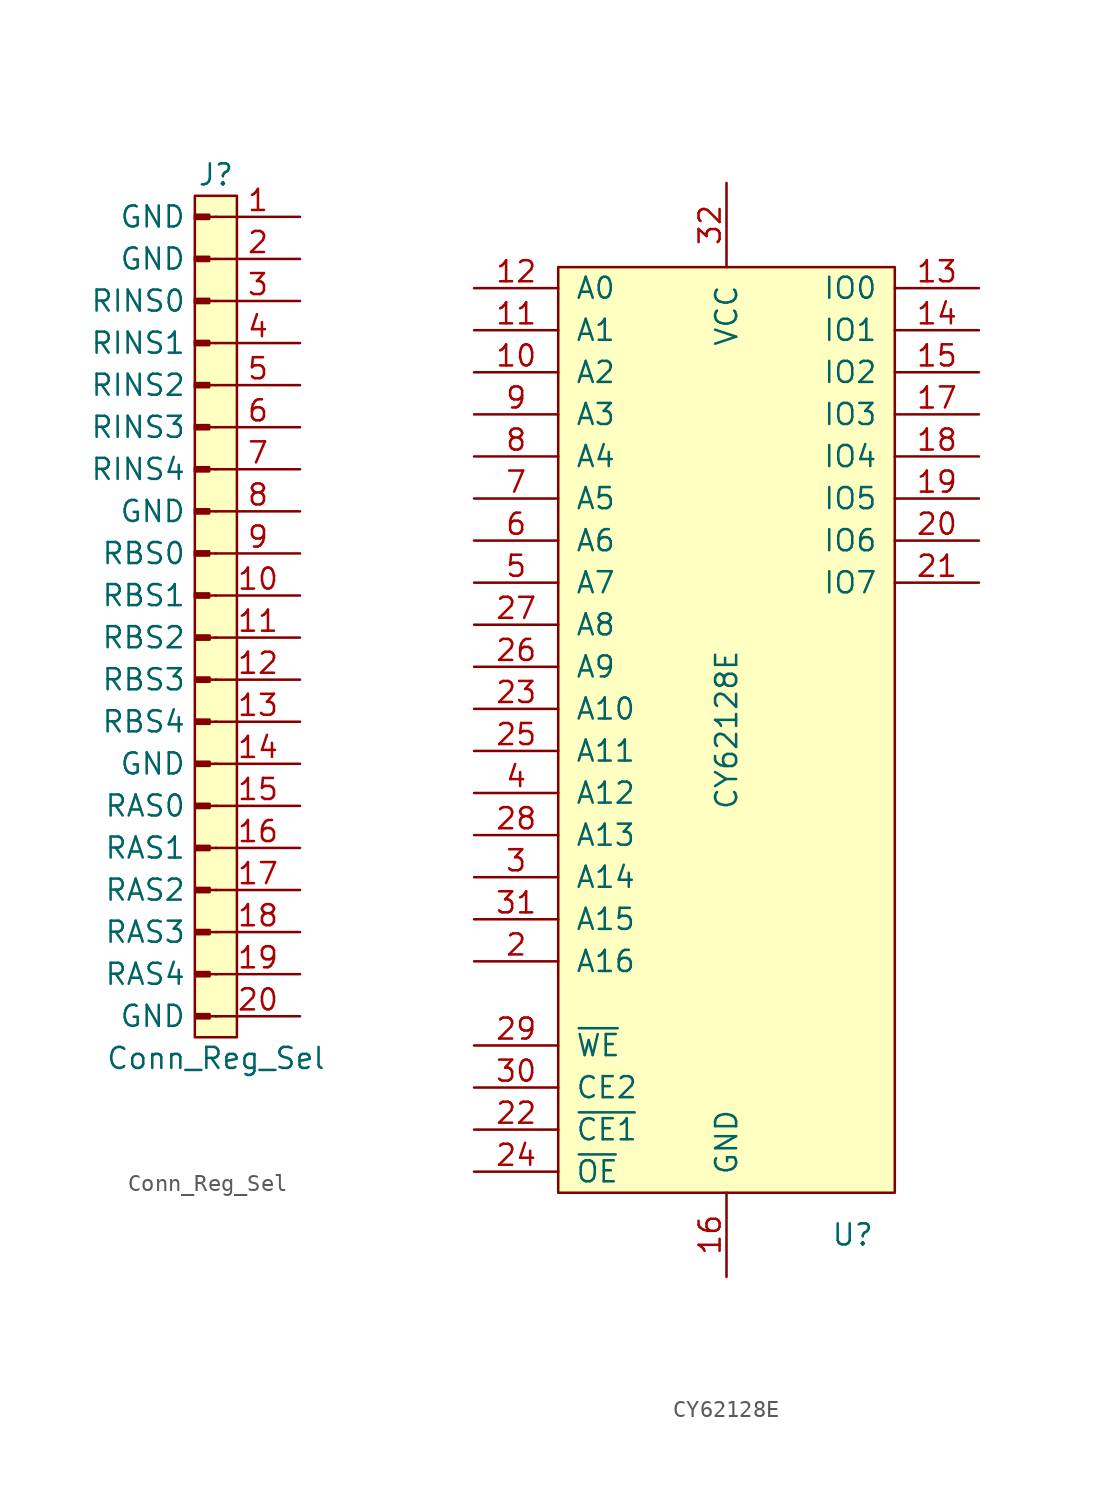
<source format=kicad_sym>
(kicad_symbol_lib
  (version 20211014)
  (generator kicad_symbol_editor)
  (symbol "Conn_Reg_Sel"
    (pin_names
      (offset 1.778))
    (property "Reference" "J"
      (at 1.27 12.7 0)
      (effects (font (size 1.27 1.27))))
    (property "Value" "Conn_Reg_Sel"
      (at 1.27 -40.64 0)
      (effects (font (size 1.27 1.27))))
    (symbol "Conn_Reg_Sel_0_1"
      (rectangle (start 0 11.43) (end 2.54 -39.37) (stroke (width 0) (type default) (color 0 0 0 0)) (fill (type background))))
    (symbol "Conn_Reg_Sel_1_1"
      (polyline (pts (xy 1.27 -12.7) (xy 0.864 -12.7)) (stroke (width 0.152) (type default) (color 0 0 0 0)) (fill (type none)))
      (polyline (pts (xy 1.27 -10.16) (xy 0.864 -10.16)) (stroke (width 0.152) (type default) (color 0 0 0 0)) (fill (type none)))
      (polyline (pts (xy 1.27 -7.62) (xy 0.864 -7.62)) (stroke (width 0.152) (type default) (color 0 0 0 0)) (fill (type none)))
      (polyline (pts (xy 1.27 -5.08) (xy 0.864 -5.08)) (stroke (width 0.152) (type default) (color 0 0 0 0)) (fill (type none)))
      (polyline (pts (xy 1.27 -2.54) (xy 0.864 -2.54)) (stroke (width 0.152) (type default) (color 0 0 0 0)) (fill (type none)))
      (polyline (pts (xy 1.27 0) (xy 0.864 0)) (stroke (width 0.152) (type default) (color 0 0 0 0)) (fill (type none)))
      (polyline (pts (xy 1.27 2.54) (xy 0.864 2.54)) (stroke (width 0.152) (type default) (color 0 0 0 0)) (fill (type none)))
      (polyline (pts (xy 1.27 5.08) (xy 0.864 5.08)) (stroke (width 0.152) (type default) (color 0 0 0 0)) (fill (type none)))
      (polyline (pts (xy 1.27 7.62) (xy 0.864 7.62)) (stroke (width 0.152) (type default) (color 0 0 0 0)) (fill (type none)))
      (polyline (pts (xy 1.27 10.16) (xy 0.864 10.16)) (stroke (width 0.152) (type default) (color 0 0 0 0)) (fill (type none)))
      (polyline (pts (xy 1.295 -38.1) (xy 0.889 -38.1)) (stroke (width 0.152) (type default) (color 0 0 0 0)) (fill (type none)))
      (polyline (pts (xy 1.295 -35.56) (xy 0.889 -35.56)) (stroke (width 0.152) (type default) (color 0 0 0 0)) (fill (type none)))
      (polyline (pts (xy 1.295 -33.02) (xy 0.889 -33.02)) (stroke (width 0.152) (type default) (color 0 0 0 0)) (fill (type none)))
      (polyline (pts (xy 1.295 -30.48) (xy 0.889 -30.48)) (stroke (width 0.152) (type default) (color 0 0 0 0)) (fill (type none)))
      (polyline (pts (xy 1.295 -27.94) (xy 0.889 -27.94)) (stroke (width 0.152) (type default) (color 0 0 0 0)) (fill (type none)))
      (polyline (pts (xy 1.295 -25.4) (xy 0.889 -25.4)) (stroke (width 0.152) (type default) (color 0 0 0 0)) (fill (type none)))
      (polyline (pts (xy 1.295 -22.86) (xy 0.889 -22.86)) (stroke (width 0.152) (type default) (color 0 0 0 0)) (fill (type none)))
      (polyline (pts (xy 1.295 -20.32) (xy 0.889 -20.32)) (stroke (width 0.152) (type default) (color 0 0 0 0)) (fill (type none)))
      (polyline (pts (xy 1.295 -17.78) (xy 0.889 -17.78)) (stroke (width 0.152) (type default) (color 0 0 0 0)) (fill (type none)))
      (polyline (pts (xy 1.295 -15.24) (xy 0.889 -15.24)) (stroke (width 0.152) (type default) (color 0 0 0 0)) (fill (type none)))
      (rectangle (start 0.864 -12.573) (end 0 -12.827) (stroke (width 0.152) (type default) (color 0 0 0 0)) (fill (type outline)))
      (rectangle (start 0.864 -10.033) (end 0 -10.287) (stroke (width 0.152) (type default) (color 0 0 0 0)) (fill (type outline)))
      (rectangle (start 0.864 -7.493) (end 0 -7.747) (stroke (width 0.152) (type default) (color 0 0 0 0)) (fill (type outline)))
      (rectangle (start 0.864 -4.953) (end 0 -5.207) (stroke (width 0.152) (type default) (color 0 0 0 0)) (fill (type outline)))
      (rectangle (start 0.864 -2.413) (end 0 -2.667) (stroke (width 0.152) (type default) (color 0 0 0 0)) (fill (type outline)))
      (rectangle (start 0.864 0.127) (end 0 -0.127) (stroke (width 0.152) (type default) (color 0 0 0 0)) (fill (type outline)))
      (rectangle (start 0.864 2.667) (end 0 2.413) (stroke (width 0.152) (type default) (color 0 0 0 0)) (fill (type outline)))
      (rectangle (start 0.864 5.207) (end 0 4.953) (stroke (width 0.152) (type default) (color 0 0 0 0)) (fill (type outline)))
      (rectangle (start 0.864 7.747) (end 0 7.493) (stroke (width 0.152) (type default) (color 0 0 0 0)) (fill (type outline)))
      (rectangle (start 0.864 10.287) (end 0 10.033) (stroke (width 0.152) (type default) (color 0 0 0 0)) (fill (type outline)))
      (rectangle (start 0.889 -37.973) (end 0.025 -38.227) (stroke (width 0.152) (type default) (color 0 0 0 0)) (fill (type outline)))
      (rectangle (start 0.889 -35.433) (end 0.025 -35.687) (stroke (width 0.152) (type default) (color 0 0 0 0)) (fill (type outline)))
      (rectangle (start 0.889 -32.893) (end 0.025 -33.147) (stroke (width 0.152) (type default) (color 0 0 0 0)) (fill (type outline)))
      (rectangle (start 0.889 -30.353) (end 0.025 -30.607) (stroke (width 0.152) (type default) (color 0 0 0 0)) (fill (type outline)))
      (rectangle (start 0.889 -27.813) (end 0.025 -28.067) (stroke (width 0.152) (type default) (color 0 0 0 0)) (fill (type outline)))
      (rectangle (start 0.889 -25.273) (end 0.025 -25.527) (stroke (width 0.152) (type default) (color 0 0 0 0)) (fill (type outline)))
      (rectangle (start 0.889 -22.733) (end 0.025 -22.987) (stroke (width 0.152) (type default) (color 0 0 0 0)) (fill (type outline)))
      (rectangle (start 0.889 -20.193) (end 0.025 -20.447) (stroke (width 0.152) (type default) (color 0 0 0 0)) (fill (type outline)))
      (rectangle (start 0.889 -17.653) (end 0.025 -17.907) (stroke (width 0.152) (type default) (color 0 0 0 0)) (fill (type outline)))
      (rectangle (start 0.889 -15.113) (end 0.025 -15.367) (stroke (width 0.152) (type default) (color 0 0 0 0)) (fill (type outline)))
      (pin passive line (at 6.35 10.16 180) (length 5.08) (name "GND" (effects (font (size 1.27 1.27)))) (number "1" (effects (font (size 1.27 1.27)))))
      (pin passive line (at 6.35 -12.7 180) (length 5.08) (name "RBS1" (effects (font (size 1.27 1.27)))) (number "10" (effects (font (size 1.27 1.27)))))
      (pin passive line (at 6.35 -15.24 180) (length 5.08) (name "RBS2" (effects (font (size 1.27 1.27)))) (number "11" (effects (font (size 1.27 1.27)))))
      (pin passive line (at 6.35 -17.78 180) (length 5.08) (name "RBS3" (effects (font (size 1.27 1.27)))) (number "12" (effects (font (size 1.27 1.27)))))
      (pin passive line (at 6.35 -20.32 180) (length 5.08) (name "RBS4" (effects (font (size 1.27 1.27)))) (number "13" (effects (font (size 1.27 1.27)))))
      (pin passive line (at 6.35 -22.86 180) (length 5.08) (name "GND" (effects (font (size 1.27 1.27)))) (number "14" (effects (font (size 1.27 1.27)))))
      (pin passive line (at 6.35 -25.4 180) (length 5.08) (name "RAS0" (effects (font (size 1.27 1.27)))) (number "15" (effects (font (size 1.27 1.27)))))
      (pin passive line (at 6.35 -27.94 180) (length 5.08) (name "RAS1" (effects (font (size 1.27 1.27)))) (number "16" (effects (font (size 1.27 1.27)))))
      (pin passive line (at 6.35 -30.48 180) (length 5.08) (name "RAS2" (effects (font (size 1.27 1.27)))) (number "17" (effects (font (size 1.27 1.27)))))
      (pin passive line (at 6.35 -33.02 180) (length 5.08) (name "RAS3" (effects (font (size 1.27 1.27)))) (number "18" (effects (font (size 1.27 1.27)))))
      (pin passive line (at 6.35 -35.56 180) (length 5.08) (name "RAS4" (effects (font (size 1.27 1.27)))) (number "19" (effects (font (size 1.27 1.27)))))
      (pin passive line (at 6.35 7.62 180) (length 5.08) (name "GND" (effects (font (size 1.27 1.27)))) (number "2" (effects (font (size 1.27 1.27)))))
      (pin passive line (at 6.35 -38.1 180) (length 5.08) (name "GND" (effects (font (size 1.27 1.27)))) (number "20" (effects (font (size 1.27 1.27)))))
      (pin passive line (at 6.35 5.08 180) (length 5.08) (name "RINS0" (effects (font (size 1.27 1.27)))) (number "3" (effects (font (size 1.27 1.27)))))
      (pin passive line (at 6.35 2.54 180) (length 5.08) (name "RINS1" (effects (font (size 1.27 1.27)))) (number "4" (effects (font (size 1.27 1.27)))))
      (pin passive line (at 6.35 0 180) (length 5.08) (name "RINS2" (effects (font (size 1.27 1.27)))) (number "5" (effects (font (size 1.27 1.27)))))
      (pin passive line (at 6.35 -2.54 180) (length 5.08) (name "RINS3" (effects (font (size 1.27 1.27)))) (number "6" (effects (font (size 1.27 1.27)))))
      (pin passive line (at 6.35 -5.08 180) (length 5.08) (name "RINS4" (effects (font (size 1.27 1.27)))) (number "7" (effects (font (size 1.27 1.27)))))
      (pin passive line (at 6.35 -7.62 180) (length 5.08) (name "GND" (effects (font (size 1.27 1.27)))) (number "8" (effects (font (size 1.27 1.27)))))
      (pin passive line (at 6.35 -10.16 180) (length 5.08) (name "RBS0" (effects (font (size 1.27 1.27)))) (number "9" (effects (font (size 1.27 1.27)))))))
  (symbol "CY62128E"
    (pin_names
      (offset 1.016))
    (property "Reference" "U"
      (at 7.62 -30.48 0)
      (effects (font (size 1.27 1.27))))
    (property "Value" "CY62128E"
      (at 0 0 90)
      (effects (font (size 1.27 1.27))))
    (symbol "CY62128E_0_1"
      (rectangle (start -10.16 27.94) (end 10.16 -27.94) (stroke (width 0) (type default) (color 0 0 0 0)) (fill (type background))))
    (symbol "CY62128E_1_1"
      (pin no_connect line (at -15.24 29.21 0) (length 5.08) hide (name "NC" (effects (font (size 1.27 1.27)))) (number "1" (effects (font (size 1.27 1.27)))))
      (pin input line (at -15.24 21.59 0) (length 5.08) (name "A2" (effects (font (size 1.27 1.27)))) (number "10" (effects (font (size 1.27 1.27)))))
      (pin input line (at -15.24 24.13 0) (length 5.08) (name "A1" (effects (font (size 1.27 1.27)))) (number "11" (effects (font (size 1.27 1.27)))))
      (pin input line (at -15.24 26.67 0) (length 5.08) (name "A0" (effects (font (size 1.27 1.27)))) (number "12" (effects (font (size 1.27 1.27)))))
      (pin bidirectional line (at 15.24 26.67 180) (length 5.08) (name "IO0" (effects (font (size 1.27 1.27)))) (number "13" (effects (font (size 1.27 1.27)))))
      (pin bidirectional line (at 15.24 24.13 180) (length 5.08) (name "IO1" (effects (font (size 1.27 1.27)))) (number "14" (effects (font (size 1.27 1.27)))))
      (pin bidirectional line (at 15.24 21.59 180) (length 5.08) (name "IO2" (effects (font (size 1.27 1.27)))) (number "15" (effects (font (size 1.27 1.27)))))
      (pin power_in line (at 0 -33.02 90) (length 5.08) (name "GND" (effects (font (size 1.27 1.27)))) (number "16" (effects (font (size 1.27 1.27)))))
      (pin bidirectional line (at 15.24 19.05 180) (length 5.08) (name "IO3" (effects (font (size 1.27 1.27)))) (number "17" (effects (font (size 1.27 1.27)))))
      (pin bidirectional line (at 15.24 16.51 180) (length 5.08) (name "IO4" (effects (font (size 1.27 1.27)))) (number "18" (effects (font (size 1.27 1.27)))))
      (pin bidirectional line (at 15.24 13.97 180) (length 5.08) (name "IO5" (effects (font (size 1.27 1.27)))) (number "19" (effects (font (size 1.27 1.27)))))
      (pin input line (at -15.24 -13.97 0) (length 5.08) (name "A16" (effects (font (size 1.27 1.27)))) (number "2" (effects (font (size 1.27 1.27)))))
      (pin bidirectional line (at 15.24 11.43 180) (length 5.08) (name "IO6" (effects (font (size 1.27 1.27)))) (number "20" (effects (font (size 1.27 1.27)))))
      (pin bidirectional line (at 15.24 8.89 180) (length 5.08) (name "IO7" (effects (font (size 1.27 1.27)))) (number "21" (effects (font (size 1.27 1.27)))))
      (pin input line (at -15.24 -24.13 0) (length 5.08) (name "~{CE1}" (effects (font (size 1.27 1.27)))) (number "22" (effects (font (size 1.27 1.27)))))
      (pin input line (at -15.24 1.27 0) (length 5.08) (name "A10" (effects (font (size 1.27 1.27)))) (number "23" (effects (font (size 1.27 1.27)))))
      (pin input line (at -15.24 -26.67 0) (length 5.08) (name "~{OE}" (effects (font (size 1.27 1.27)))) (number "24" (effects (font (size 1.27 1.27)))))
      (pin input line (at -15.24 -1.27 0) (length 5.08) (name "A11" (effects (font (size 1.27 1.27)))) (number "25" (effects (font (size 1.27 1.27)))))
      (pin input line (at -15.24 3.81 0) (length 5.08) (name "A9" (effects (font (size 1.27 1.27)))) (number "26" (effects (font (size 1.27 1.27)))))
      (pin input line (at -15.24 6.35 0) (length 5.08) (name "A8" (effects (font (size 1.27 1.27)))) (number "27" (effects (font (size 1.27 1.27)))))
      (pin input line (at -15.24 -6.35 0) (length 5.08) (name "A13" (effects (font (size 1.27 1.27)))) (number "28" (effects (font (size 1.27 1.27)))))
      (pin input line (at -15.24 -19.05 0) (length 5.08) (name "~{WE}" (effects (font (size 1.27 1.27)))) (number "29" (effects (font (size 1.27 1.27)))))
      (pin input line (at -15.24 -8.89 0) (length 5.08) (name "A14" (effects (font (size 1.27 1.27)))) (number "3" (effects (font (size 1.27 1.27)))))
      (pin input line (at -15.24 -21.59 0) (length 5.08) (name "CE2" (effects (font (size 1.27 1.27)))) (number "30" (effects (font (size 1.27 1.27)))))
      (pin input line (at -15.24 -11.43 0) (length 5.08) (name "A15" (effects (font (size 1.27 1.27)))) (number "31" (effects (font (size 1.27 1.27)))))
      (pin power_in line (at 0 33.02 270) (length 5.08) (name "VCC" (effects (font (size 1.27 1.27)))) (number "32" (effects (font (size 1.27 1.27)))))
      (pin input line (at -15.24 -3.81 0) (length 5.08) (name "A12" (effects (font (size 1.27 1.27)))) (number "4" (effects (font (size 1.27 1.27)))))
      (pin input line (at -15.24 8.89 0) (length 5.08) (name "A7" (effects (font (size 1.27 1.27)))) (number "5" (effects (font (size 1.27 1.27)))))
      (pin input line (at -15.24 11.43 0) (length 5.08) (name "A6" (effects (font (size 1.27 1.27)))) (number "6" (effects (font (size 1.27 1.27)))))
      (pin input line (at -15.24 13.97 0) (length 5.08) (name "A5" (effects (font (size 1.27 1.27)))) (number "7" (effects (font (size 1.27 1.27)))))
      (pin input line (at -15.24 16.51 0) (length 5.08) (name "A4" (effects (font (size 1.27 1.27)))) (number "8" (effects (font (size 1.27 1.27)))))
      (pin input line (at -15.24 19.05 0) (length 5.08) (name "A3" (effects (font (size 1.27 1.27)))) (number "9" (effects (font (size 1.27 1.27))))))))
</source>
